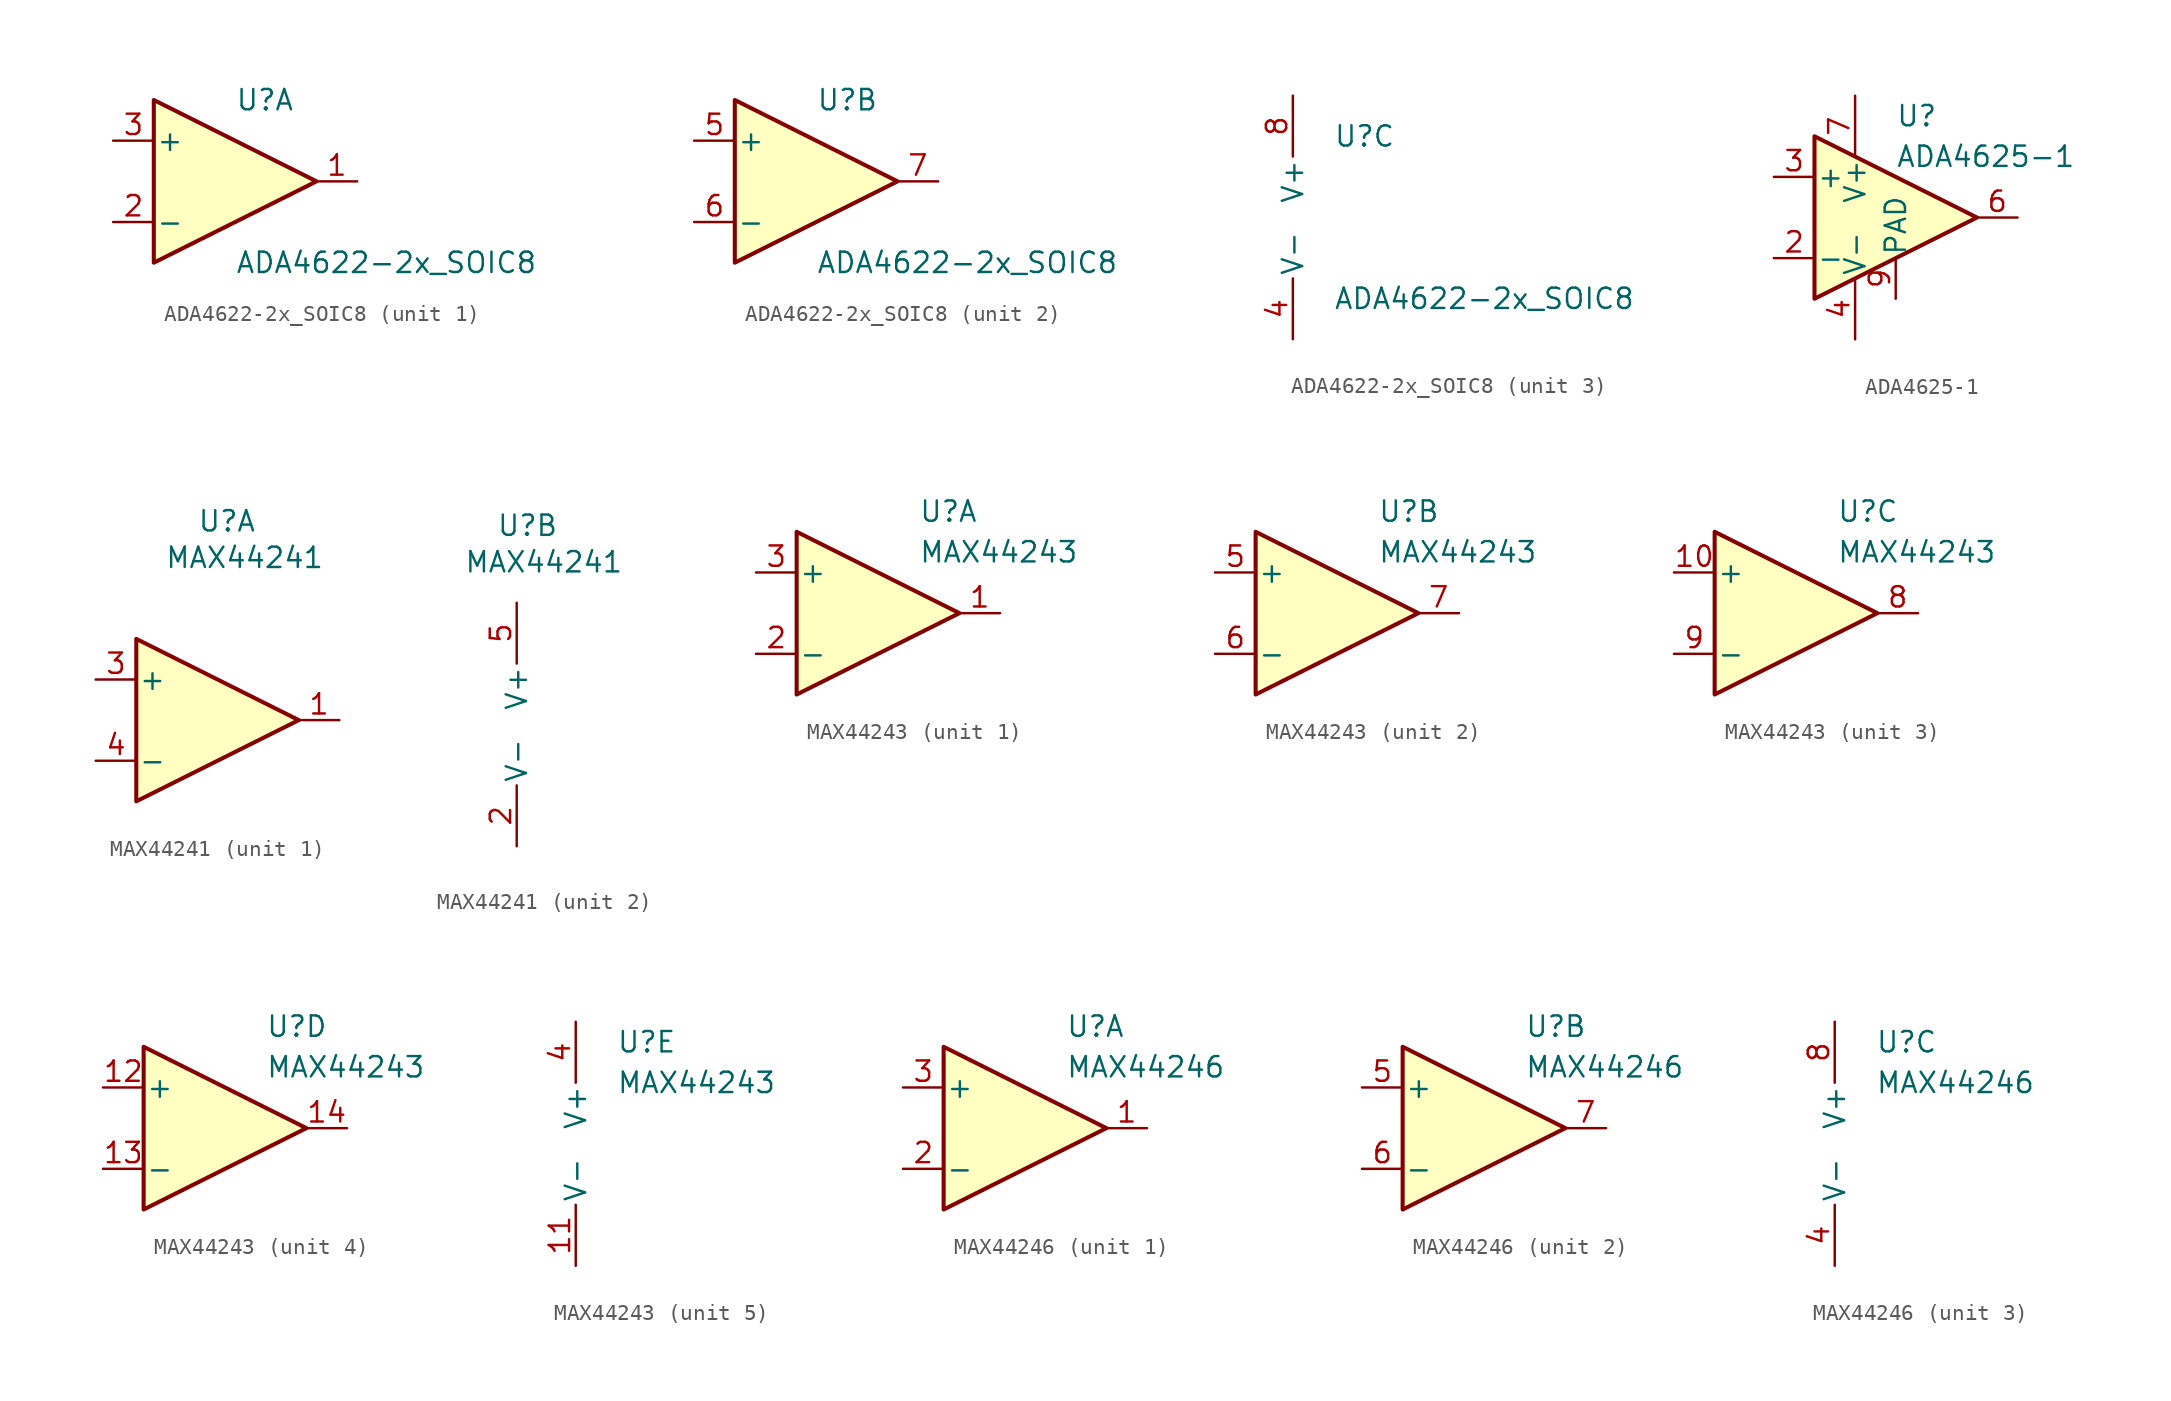
<source format=kicad_sym>
(kicad_symbol_lib
  (version 20241209)
  (generator "kicad_symbol_editor")
  (generator_version "9.0")
  (symbol "ADA4622-2x_SOIC8"
    (pin_names
      (offset 0.127))
    (property "Reference" "U"
      (at 0 5.08 0)
      (effects (font (size 1.27 1.27)) (justify left)))
    (property "Value" "ADA4622-2x_SOIC8"
      (at 0 -5.08 0)
      (effects (font (size 1.27 1.27)) (justify left)))
    (property "ki_locked" ""
      (at 0 0 0)
      (effects (font (size 1.27 1.27))))
    (symbol "ADA4622-2x_SOIC8_1_1"
      (polyline (pts (xy -5.08 5.08) (xy 5.08 0) (xy -5.08 -5.08) (xy -5.08 5.08)) (stroke (width 0.254) (type default)) (fill (type background)))
      (pin input line (at -7.62 2.54 0) (length 2.54) (name "+" (effects (font (size 1.27 1.27)))) (number "3" (effects (font (size 1.27 1.27)))))
      (pin input line (at -7.62 -2.54 0) (length 2.54) (name "-" (effects (font (size 1.27 1.27)))) (number "2" (effects (font (size 1.27 1.27)))))
      (pin output line (at 7.62 0 180) (length 2.54) (name "~" (effects (font (size 1.27 1.27)))) (number "1" (effects (font (size 1.27 1.27))))))
    (symbol "ADA4622-2x_SOIC8_2_1"
      (polyline (pts (xy -5.08 5.08) (xy 5.08 0) (xy -5.08 -5.08) (xy -5.08 5.08)) (stroke (width 0.254) (type default)) (fill (type background)))
      (pin input line (at -7.62 2.54 0) (length 2.54) (name "+" (effects (font (size 1.27 1.27)))) (number "5" (effects (font (size 1.27 1.27)))))
      (pin input line (at -7.62 -2.54 0) (length 2.54) (name "-" (effects (font (size 1.27 1.27)))) (number "6" (effects (font (size 1.27 1.27)))))
      (pin output line (at 7.62 0 180) (length 2.54) (name "~" (effects (font (size 1.27 1.27)))) (number "7" (effects (font (size 1.27 1.27))))))
    (symbol "ADA4622-2x_SOIC8_3_1"
      (pin power_in line (at -2.54 7.62 270) (length 3.81) (name "V+" (effects (font (size 1.27 1.27)))) (number "8" (effects (font (size 1.27 1.27)))))
      (pin power_in line (at -2.54 -7.62 90) (length 3.81) (name "V-" (effects (font (size 1.27 1.27)))) (number "4" (effects (font (size 1.27 1.27)))))))
  (symbol "ADA4625-1"
    (pin_names
      (offset 0.127))
    (property "Reference" "U"
      (at 0 6.35 0)
      (effects (font (size 1.27 1.27)) (justify left)))
    (property "Value" "ADA4625-1"
      (at 0 3.81 0)
      (effects (font (size 1.27 1.27)) (justify left)))
    (symbol "ADA4625-1_0_1"
      (polyline (pts (xy -5.08 5.08) (xy 5.08 0) (xy -5.08 -5.08) (xy -5.08 5.08)) (stroke (width 0.254) (type default)) (fill (type background))))
    (symbol "ADA4625-1_1_1"
      (pin input line (at -7.62 2.54 0) (length 2.54) (name "+" (effects (font (size 1.27 1.27)))) (number "3" (effects (font (size 1.27 1.27)))))
      (pin input line (at -7.62 -2.54 0) (length 2.54) (name "-" (effects (font (size 1.27 1.27)))) (number "2" (effects (font (size 1.27 1.27)))))
      (pin power_in line (at -2.54 7.62 270) (length 3.81) (name "V+" (effects (font (size 1.27 1.27)))) (number "7" (effects (font (size 1.27 1.27)))))
      (pin no_connect line (at -2.54 2.54 270) (length 2.54) (hide yes) (name "NC" (effects (font (size 1.27 1.27)))) (number "1" (effects (font (size 1.27 1.27)))))
      (pin power_in line (at -2.54 -7.62 90) (length 3.81) (name "V-" (effects (font (size 1.27 1.27)))) (number "4" (effects (font (size 1.27 1.27)))))
      (pin no_connect line (at 0 2.54 270) (length 2.54) (hide yes) (name "NC" (effects (font (size 1.27 1.27)))) (number "5" (effects (font (size 1.27 1.27)))))
      (pin no_connect line (at 0 -2.54 90) (length 2.54) (hide yes) (name "NC" (effects (font (size 1.27 1.27)))) (number "8" (effects (font (size 1.27 1.27)))))
      (pin input line (at 0 -5.08 90) (length 2.54) (name "PAD" (effects (font (size 1.27 1.27)))) (number "9" (effects (font (size 1.27 1.27)))))
      (pin output line (at 7.62 0 180) (length 2.54) (name "~" (effects (font (size 1.27 1.27)))) (number "6" (effects (font (size 1.27 1.27)))))))
  (symbol "MAX44241"
    (pin_names
      (offset 0.127))
    (property "Reference" "U"
      (at -1.27 12.446 0)
      (effects (font (size 1.27 1.27)) (justify left)))
    (property "Value" "MAX44241"
      (at -3.302 10.16 0)
      (effects (font (size 1.27 1.27)) (justify left)))
    (property "ki_locked" ""
      (at 0 0 0)
      (effects (font (size 1.27 1.27))))
    (symbol "MAX44241_1_1"
      (polyline (pts (xy 5.08 0) (xy -5.08 5.08) (xy -5.08 -5.08) (xy 5.08 0)) (stroke (width 0.254) (type default)) (fill (type background)))
      (pin input line (at -7.62 2.54 0) (length 2.54) (name "+" (effects (font (size 1.27 1.27)))) (number "3" (effects (font (size 1.27 1.27)))))
      (pin input line (at -7.62 -2.54 0) (length 2.54) (name "-" (effects (font (size 1.27 1.27)))) (number "4" (effects (font (size 1.27 1.27)))))
      (pin output line (at 7.62 0 180) (length 2.54) (name "~" (effects (font (size 1.27 1.27)))) (number "1" (effects (font (size 1.27 1.27))))))
    (symbol "MAX44241_2_1"
      (pin power_in line (at 0 7.62 270) (length 3.81) (name "V+" (effects (font (size 1.27 1.27)))) (number "5" (effects (font (size 1.27 1.27)))))
      (pin power_in line (at 0 -7.62 90) (length 3.81) (name "V-" (effects (font (size 1.27 1.27)))) (number "2" (effects (font (size 1.27 1.27)))))))
  (symbol "MAX44243"
    (pin_names
      (offset 0.127))
    (property "Reference" "U"
      (at 2.54 6.35 0)
      (effects (font (size 1.27 1.27)) (justify left)))
    (property "Value" "MAX44243"
      (at 2.54 3.81 0)
      (effects (font (size 1.27 1.27)) (justify left)))
    (property "ki_locked" ""
      (at 0 0 0)
      (effects (font (size 1.27 1.27))))
    (symbol "MAX44243_1_1"
      (polyline (pts (xy 5.08 0) (xy -5.08 5.08) (xy -5.08 -5.08) (xy 5.08 0)) (stroke (width 0.254) (type default)) (fill (type background)))
      (pin input line (at -7.62 2.54 0) (length 2.54) (name "+" (effects (font (size 1.27 1.27)))) (number "3" (effects (font (size 1.27 1.27)))))
      (pin input line (at -7.62 -2.54 0) (length 2.54) (name "-" (effects (font (size 1.27 1.27)))) (number "2" (effects (font (size 1.27 1.27)))))
      (pin output line (at 7.62 0 180) (length 2.54) (name "~" (effects (font (size 1.27 1.27)))) (number "1" (effects (font (size 1.27 1.27))))))
    (symbol "MAX44243_2_1"
      (polyline (pts (xy -5.08 5.08) (xy -5.08 -5.08) (xy 5.08 0) (xy -5.08 5.08)) (stroke (width 0.254) (type default)) (fill (type background)))
      (pin input line (at -7.62 2.54 0) (length 2.54) (name "+" (effects (font (size 1.27 1.27)))) (number "5" (effects (font (size 1.27 1.27)))))
      (pin input line (at -7.62 -2.54 0) (length 2.54) (name "-" (effects (font (size 1.27 1.27)))) (number "6" (effects (font (size 1.27 1.27)))))
      (pin output line (at 7.62 0 180) (length 2.54) (name "~" (effects (font (size 1.27 1.27)))) (number "7" (effects (font (size 1.27 1.27))))))
    (symbol "MAX44243_3_1"
      (polyline (pts (xy 5.08 0) (xy -5.08 5.08) (xy -5.08 -5.08) (xy 5.08 0)) (stroke (width 0.254) (type default)) (fill (type background)))
      (pin input line (at -7.62 2.54 0) (length 2.54) (name "+" (effects (font (size 1.27 1.27)))) (number "10" (effects (font (size 1.27 1.27)))))
      (pin input line (at -7.62 -2.54 0) (length 2.54) (name "-" (effects (font (size 1.27 1.27)))) (number "9" (effects (font (size 1.27 1.27)))))
      (pin output line (at 7.62 0 180) (length 2.54) (name "~" (effects (font (size 1.27 1.27)))) (number "8" (effects (font (size 1.27 1.27))))))
    (symbol "MAX44243_4_1"
      (polyline (pts (xy -5.08 5.08) (xy 5.08 0) (xy -5.08 -5.08) (xy -5.08 5.08)) (stroke (width 0.254) (type default)) (fill (type background)))
      (pin input line (at -7.62 2.54 0) (length 2.54) (name "+" (effects (font (size 1.27 1.27)))) (number "12" (effects (font (size 1.27 1.27)))))
      (pin input line (at -7.62 -2.54 0) (length 2.54) (name "-" (effects (font (size 1.27 1.27)))) (number "13" (effects (font (size 1.27 1.27)))))
      (pin output line (at 7.62 0 180) (length 2.54) (name "~" (effects (font (size 1.27 1.27)))) (number "14" (effects (font (size 1.27 1.27))))))
    (symbol "MAX44243_5_1"
      (pin power_in line (at 0 7.62 270) (length 3.81) (name "V+" (effects (font (size 1.27 1.27)))) (number "4" (effects (font (size 1.27 1.27)))))
      (pin power_in line (at 0 -7.62 90) (length 3.81) (name "V-" (effects (font (size 1.27 1.27)))) (number "11" (effects (font (size 1.27 1.27)))))))
  (symbol "MAX44246"
    (pin_names
      (offset 0.127))
    (property "Reference" "U"
      (at 2.54 6.35 0)
      (effects (font (size 1.27 1.27)) (justify left)))
    (property "Value" "MAX44246"
      (at 2.54 3.81 0)
      (effects (font (size 1.27 1.27)) (justify left)))
    (property "ki_locked" ""
      (at 0 0 0)
      (effects (font (size 1.27 1.27))))
    (symbol "MAX44246_1_1"
      (polyline (pts (xy 5.08 0) (xy -5.08 5.08) (xy -5.08 -5.08) (xy 5.08 0)) (stroke (width 0.254) (type default)) (fill (type background)))
      (pin input line (at -7.62 2.54 0) (length 2.54) (name "+" (effects (font (size 1.27 1.27)))) (number "3" (effects (font (size 1.27 1.27)))))
      (pin input line (at -7.62 -2.54 0) (length 2.54) (name "-" (effects (font (size 1.27 1.27)))) (number "2" (effects (font (size 1.27 1.27)))))
      (pin output line (at 7.62 0 180) (length 2.54) (name "~" (effects (font (size 1.27 1.27)))) (number "1" (effects (font (size 1.27 1.27))))))
    (symbol "MAX44246_2_1"
      (polyline (pts (xy -5.08 5.08) (xy -5.08 -5.08) (xy 5.08 0) (xy -5.08 5.08)) (stroke (width 0.254) (type default)) (fill (type background)))
      (pin input line (at -7.62 2.54 0) (length 2.54) (name "+" (effects (font (size 1.27 1.27)))) (number "5" (effects (font (size 1.27 1.27)))))
      (pin input line (at -7.62 -2.54 0) (length 2.54) (name "-" (effects (font (size 1.27 1.27)))) (number "6" (effects (font (size 1.27 1.27)))))
      (pin output line (at 7.62 0 180) (length 2.54) (name "~" (effects (font (size 1.27 1.27)))) (number "7" (effects (font (size 1.27 1.27))))))
    (symbol "MAX44246_3_1"
      (pin power_in line (at 0 7.62 270) (length 3.81) (name "V+" (effects (font (size 1.27 1.27)))) (number "8" (effects (font (size 1.27 1.27)))))
      (pin power_in line (at 0 -7.62 90) (length 3.81) (name "V-" (effects (font (size 1.27 1.27)))) (number "4" (effects (font (size 1.27 1.27))))))))
</source>
